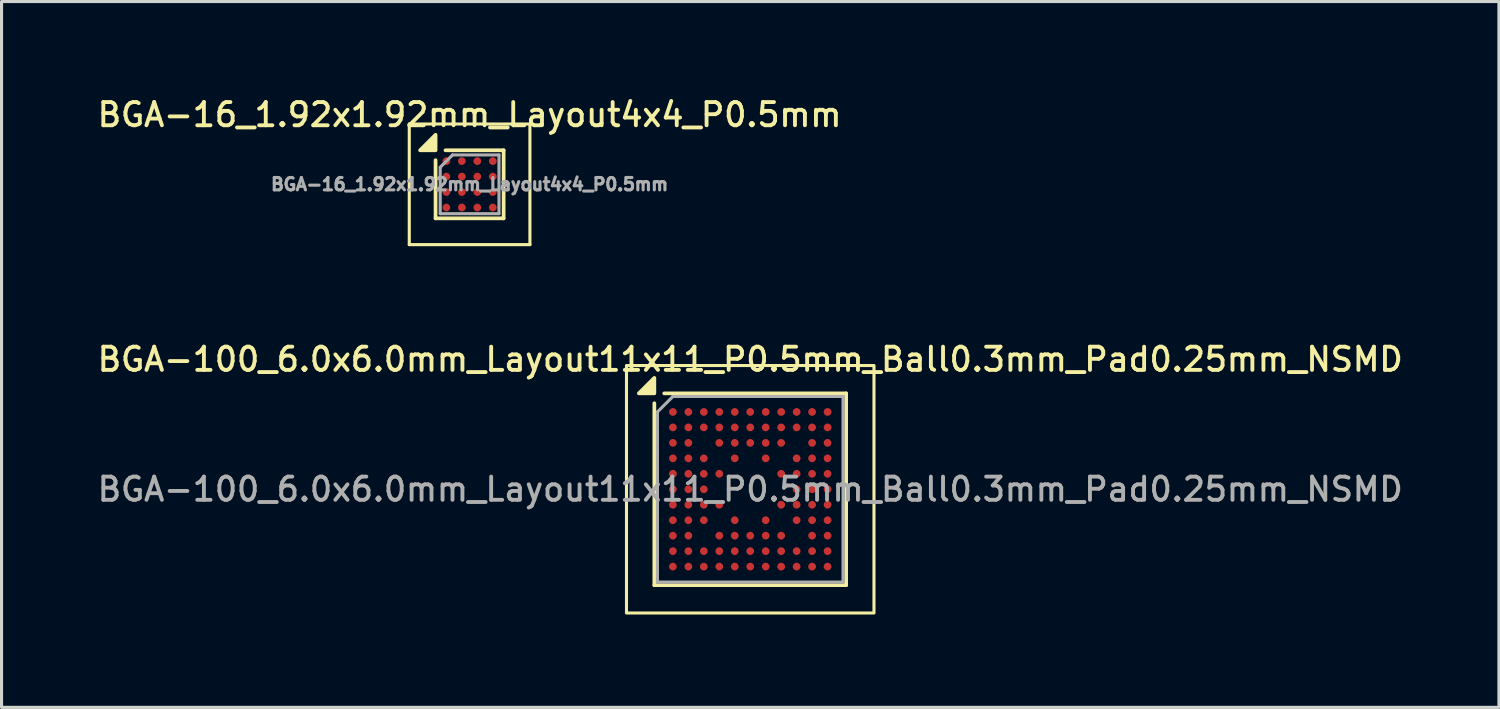
<source format=kicad_pcb>
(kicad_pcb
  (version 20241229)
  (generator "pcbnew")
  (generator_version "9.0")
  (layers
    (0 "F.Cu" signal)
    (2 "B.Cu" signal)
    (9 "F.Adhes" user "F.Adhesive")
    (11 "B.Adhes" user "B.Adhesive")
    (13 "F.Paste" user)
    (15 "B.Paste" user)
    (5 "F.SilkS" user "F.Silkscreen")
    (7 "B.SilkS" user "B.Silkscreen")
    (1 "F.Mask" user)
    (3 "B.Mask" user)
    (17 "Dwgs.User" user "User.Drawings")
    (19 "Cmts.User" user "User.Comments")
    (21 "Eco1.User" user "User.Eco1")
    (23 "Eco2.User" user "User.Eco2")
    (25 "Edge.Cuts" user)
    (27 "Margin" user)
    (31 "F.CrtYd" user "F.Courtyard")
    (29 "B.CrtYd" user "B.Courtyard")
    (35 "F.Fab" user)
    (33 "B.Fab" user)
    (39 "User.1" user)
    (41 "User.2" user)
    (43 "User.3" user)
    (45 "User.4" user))
  (footprint "BGA-16_1.92x1.92mm_Layout4x4_P0.5mm"
    (layer "F.Cu")
    (at 12.13 2.908)
    (property "Reference" "BGA-16_1.92x1.92mm_Layout4x4_P0.5mm" (at 0 -2.25 0) (layer "F.SilkS") (effects (font (size 0.75 0.75) (thickness 0.125))))
    (attr smd)
    (fp_line (start -1.95 -1.95) (end -1.95 1.95) (stroke (width 0.1) (type solid)) (layer "F.SilkS"))
    (fp_line (start -1.95 -1.95) (end 1.95 -1.95) (stroke (width 0.1) (type solid)) (layer "F.SilkS"))
    (fp_line (start -1.1 1.1) (end -1.1 -0.78) (stroke (width 0.12) (type solid)) (layer "F.SilkS"))
    (fp_line (start -0.78 -1.1) (end 1.1 -1.1) (stroke (width 0.12) (type solid)) (layer "F.SilkS"))
    (fp_line (start 1.1 -1.1) (end 1.1 1.1) (stroke (width 0.12) (type solid)) (layer "F.SilkS"))
    (fp_line (start 1.1 1.1) (end -1.1 1.1) (stroke (width 0.12) (type solid)) (layer "F.SilkS"))
    (fp_line (start 1.95 1.95) (end -1.95 1.95) (stroke (width 0.1) (type solid)) (layer "F.SilkS"))
    (fp_line (start 1.95 1.95) (end 1.95 -1.95) (stroke (width 0.1) (type solid)) (layer "F.SilkS"))
    (fp_poly (pts (xy -1.1 -1.1) (xy -1.6 -1.1) (xy -1.1 -1.6) (xy -1.1 -1.1)) (stroke (width 0.12) (type solid)) (fill yes) (layer "F.SilkS"))
    (fp_line (start -0.95 -0.55) (end -0.55 -0.95) (stroke (width 0.1) (type solid)) (layer "F.Fab"))
    (fp_line (start -0.95 0.95) (end -0.95 -0.55) (stroke (width 0.1) (type solid)) (layer "F.Fab"))
    (fp_line (start -0.55 -0.95) (end 0.95 -0.95) (stroke (width 0.1) (type solid)) (layer "F.Fab"))
    (fp_line (start 0.95 -0.95) (end 0.95 0.95) (stroke (width 0.1) (type solid)) (layer "F.Fab"))
    (fp_line (start 0.95 0.95) (end -0.95 0.95) (stroke (width 0.1) (type solid)) (layer "F.Fab"))
    (fp_text user "${REFERENCE}" (at 0 0 0) (layer "F.Fab") (effects (font (size 0.4 0.4) (thickness 0.1))))
    (pad "A1" smd circle (at -0.75 -0.75) (size 0.25 0.25) (property pad_prop_bga) (layers "F.Cu" "F.Mask" "F.Paste"))
    (pad "A2" smd circle (at -0.25 -0.75) (size 0.25 0.25) (property pad_prop_bga) (layers "F.Cu" "F.Mask" "F.Paste"))
    (pad "A3" smd circle (at 0.25 -0.75) (size 0.25 0.25) (property pad_prop_bga) (layers "F.Cu" "F.Mask" "F.Paste"))
    (pad "A4" smd circle (at 0.75 -0.75) (size 0.25 0.25) (property pad_prop_bga) (layers "F.Cu" "F.Mask" "F.Paste"))
    (pad "B1" smd circle (at -0.75 -0.25) (size 0.25 0.25) (property pad_prop_bga) (layers "F.Cu" "F.Mask" "F.Paste"))
    (pad "B2" smd circle (at -0.25 -0.25) (size 0.25 0.25) (property pad_prop_bga) (layers "F.Cu" "F.Mask" "F.Paste"))
    (pad "B3" smd circle (at 0.25 -0.25) (size 0.25 0.25) (property pad_prop_bga) (layers "F.Cu" "F.Mask" "F.Paste"))
    (pad "B4" smd circle (at 0.75 -0.25) (size 0.25 0.25) (property pad_prop_bga) (layers "F.Cu" "F.Mask" "F.Paste"))
    (pad "C1" smd circle (at -0.75 0.25) (size 0.25 0.25) (property pad_prop_bga) (layers "F.Cu" "F.Mask" "F.Paste"))
    (pad "C2" smd circle (at -0.25 0.25) (size 0.25 0.25) (property pad_prop_bga) (layers "F.Cu" "F.Mask" "F.Paste"))
    (pad "C3" smd circle (at 0.25 0.25) (size 0.25 0.25) (property pad_prop_bga) (layers "F.Cu" "F.Mask" "F.Paste"))
    (pad "C4" smd circle (at 0.75 0.25) (size 0.25 0.25) (property pad_prop_bga) (layers "F.Cu" "F.Mask" "F.Paste"))
    (pad "D1" smd circle (at -0.75 0.75) (size 0.25 0.25) (property pad_prop_bga) (layers "F.Cu" "F.Mask" "F.Paste"))
    (pad "D2" smd circle (at -0.25 0.75) (size 0.25 0.25) (property pad_prop_bga) (layers "F.Cu" "F.Mask" "F.Paste"))
    (pad "D3" smd circle (at 0.25 0.75) (size 0.25 0.25) (property pad_prop_bga) (layers "F.Cu" "F.Mask" "F.Paste"))
    (pad "D4" smd circle (at 0.75 0.75) (size 0.25 0.25) (property pad_prop_bga) (layers "F.Cu" "F.Mask" "F.Paste")))
  (footprint "BGA-100_6.0x6.0mm_Layout11x11_P0.5mm_Ball0.3mm_Pad0.25mm_NSMD"
    (layer "F.Cu")
    (at 21.202 12.766)
    (property "Reference" "BGA-100_6.0x6.0mm_Layout11x11_P0.5mm_Ball0.3mm_Pad0.25mm_NSMD" (at 0 -4.2 0) (layer "F.SilkS") (effects (font (size 0.75 0.75) (thickness 0.125))))
    (attr smd)
    (fp_line (start -3.1 -2.78) (end -3.1 3.1) (stroke (width 0.12) (type solid)) (layer "F.SilkS"))
    (fp_line (start -3.1 3.1) (end 3.1 3.1) (stroke (width 0.12) (type solid)) (layer "F.SilkS"))
    (fp_line (start 3.1 -3.1) (end -2.78 -3.1) (stroke (width 0.12) (type solid)) (layer "F.SilkS"))
    (fp_line (start 3.1 3.1) (end 3.1 -3.1) (stroke (width 0.12) (type solid)) (layer "F.SilkS"))
    (fp_rect (start 4 4) (end -4 -4) (stroke (width 0.1) (type solid)) (fill no) (layer "F.SilkS"))
    (fp_poly (pts (xy -3.1 -3.1) (xy -3.6 -3.1) (xy -3.1 -3.6) (xy -3.1 -3.1)) (stroke (width 0.12) (type solid)) (fill yes) (layer "F.SilkS"))
    (fp_line (start -3 -2.5) (end -3 3) (stroke (width 0.1) (type solid)) (layer "F.Fab"))
    (fp_line (start -3 3) (end 3 3) (stroke (width 0.1) (type solid)) (layer "F.Fab"))
    (fp_line (start -2.5 -3) (end -3 -2.5) (stroke (width 0.1) (type solid)) (layer "F.Fab"))
    (fp_line (start 3 -3) (end -2.5 -3) (stroke (width 0.1) (type solid)) (layer "F.Fab"))
    (fp_line (start 3 3) (end 3 -3) (stroke (width 0.1) (type solid)) (layer "F.Fab"))
    (fp_text user "${REFERENCE}" (at 0 0 0) (layer "F.Fab") (effects (font (size 0.75 0.75) (thickness 0.125))))
    (pad "A1" smd circle (at -2.5 -2.5) (size 0.25 0.25) (property pad_prop_bga) (layers "F.Cu" "F.Mask" "F.Paste"))
    (pad "A2" smd circle (at -2 -2.5) (size 0.25 0.25) (property pad_prop_bga) (layers "F.Cu" "F.Mask" "F.Paste"))
    (pad "A3" smd circle (at -1.5 -2.5) (size 0.25 0.25) (property pad_prop_bga) (layers "F.Cu" "F.Mask" "F.Paste"))
    (pad "A4" smd circle (at -1 -2.5) (size 0.25 0.25) (property pad_prop_bga) (layers "F.Cu" "F.Mask" "F.Paste"))
    (pad "A5" smd circle (at -0.5 -2.5) (size 0.25 0.25) (property pad_prop_bga) (layers "F.Cu" "F.Mask" "F.Paste"))
    (pad "A6" smd circle (at 0 -2.5) (size 0.25 0.25) (property pad_prop_bga) (layers "F.Cu" "F.Mask" "F.Paste"))
    (pad "A7" smd circle (at 0.5 -2.5) (size 0.25 0.25) (property pad_prop_bga) (layers "F.Cu" "F.Mask" "F.Paste"))
    (pad "A8" smd circle (at 1 -2.5) (size 0.25 0.25) (property pad_prop_bga) (layers "F.Cu" "F.Mask" "F.Paste"))
    (pad "A9" smd circle (at 1.5 -2.5) (size 0.25 0.25) (property pad_prop_bga) (layers "F.Cu" "F.Mask" "F.Paste"))
    (pad "A10" smd circle (at 2 -2.5) (size 0.25 0.25) (property pad_prop_bga) (layers "F.Cu" "F.Mask" "F.Paste"))
    (pad "A11" smd circle (at 2.5 -2.5) (size 0.25 0.25) (property pad_prop_bga) (layers "F.Cu" "F.Mask" "F.Paste"))
    (pad "B1" smd circle (at -2.5 -2) (size 0.25 0.25) (property pad_prop_bga) (layers "F.Cu" "F.Mask" "F.Paste"))
    (pad "B2" smd circle (at -2 -2) (size 0.25 0.25) (property pad_prop_bga) (layers "F.Cu" "F.Mask" "F.Paste"))
    (pad "B3" smd circle (at -1.5 -2) (size 0.25 0.25) (property pad_prop_bga) (layers "F.Cu" "F.Mask" "F.Paste"))
    (pad "B4" smd circle (at -1 -2) (size 0.25 0.25) (property pad_prop_bga) (layers "F.Cu" "F.Mask" "F.Paste"))
    (pad "B5" smd circle (at -0.5 -2) (size 0.25 0.25) (property pad_prop_bga) (layers "F.Cu" "F.Mask" "F.Paste"))
    (pad "B6" smd circle (at 0 -2) (size 0.25 0.25) (property pad_prop_bga) (layers "F.Cu" "F.Mask" "F.Paste"))
    (pad "B7" smd circle (at 0.5 -2) (size 0.25 0.25) (property pad_prop_bga) (layers "F.Cu" "F.Mask" "F.Paste"))
    (pad "B8" smd circle (at 1 -2) (size 0.25 0.25) (property pad_prop_bga) (layers "F.Cu" "F.Mask" "F.Paste"))
    (pad "B9" smd circle (at 1.5 -2) (size 0.25 0.25) (property pad_prop_bga) (layers "F.Cu" "F.Mask" "F.Paste"))
    (pad "B10" smd circle (at 2 -2) (size 0.25 0.25) (property pad_prop_bga) (layers "F.Cu" "F.Mask" "F.Paste"))
    (pad "B11" smd circle (at 2.5 -2) (size 0.25 0.25) (property pad_prop_bga) (layers "F.Cu" "F.Mask" "F.Paste"))
    (pad "C1" smd circle (at -2.5 -1.5) (size 0.25 0.25) (property pad_prop_bga) (layers "F.Cu" "F.Mask" "F.Paste"))
    (pad "C2" smd circle (at -2 -1.5) (size 0.25 0.25) (property pad_prop_bga) (layers "F.Cu" "F.Mask" "F.Paste"))
    (pad "C4" smd circle (at -1 -1.5) (size 0.25 0.25) (property pad_prop_bga) (layers "F.Cu" "F.Mask" "F.Paste"))
    (pad "C5" smd circle (at -0.5 -1.5) (size 0.25 0.25) (property pad_prop_bga) (layers "F.Cu" "F.Mask" "F.Paste"))
    (pad "C6" smd circle (at 0 -1.5) (size 0.25 0.25) (property pad_prop_bga) (layers "F.Cu" "F.Mask" "F.Paste"))
    (pad "C7" smd circle (at 0.5 -1.5) (size 0.25 0.25) (property pad_prop_bga) (layers "F.Cu" "F.Mask" "F.Paste"))
    (pad "C8" smd circle (at 1 -1.5) (size 0.25 0.25) (property pad_prop_bga) (layers "F.Cu" "F.Mask" "F.Paste"))
    (pad "C10" smd circle (at 2 -1.5) (size 0.25 0.25) (property pad_prop_bga) (layers "F.Cu" "F.Mask" "F.Paste"))
    (pad "C11" smd circle (at 2.5 -1.5) (size 0.25 0.25) (property pad_prop_bga) (layers "F.Cu" "F.Mask" "F.Paste"))
    (pad "D1" smd circle (at -2.5 -1) (size 0.25 0.25) (property pad_prop_bga) (layers "F.Cu" "F.Mask" "F.Paste"))
    (pad "D2" smd circle (at -2 -1) (size 0.25 0.25) (property pad_prop_bga) (layers "F.Cu" "F.Mask" "F.Paste"))
    (pad "D3" smd circle (at -1.5 -1) (size 0.25 0.25) (property pad_prop_bga) (layers "F.Cu" "F.Mask" "F.Paste"))
    (pad "D5" smd circle (at -0.5 -1) (size 0.25 0.25) (property pad_prop_bga) (layers "F.Cu" "F.Mask" "F.Paste"))
    (pad "D7" smd circle (at 0.5 -1) (size 0.25 0.25) (property pad_prop_bga) (layers "F.Cu" "F.Mask" "F.Paste"))
    (pad "D9" smd circle (at 1.5 -1) (size 0.25 0.25) (property pad_prop_bga) (layers "F.Cu" "F.Mask" "F.Paste"))
    (pad "D10" smd circle (at 2 -1) (size 0.25 0.25) (property pad_prop_bga) (layers "F.Cu" "F.Mask" "F.Paste"))
    (pad "D11" smd circle (at 2.5 -1) (size 0.25 0.25) (property pad_prop_bga) (layers "F.Cu" "F.Mask" "F.Paste"))
    (pad "E1" smd circle (at -2.5 -0.5) (size 0.25 0.25) (property pad_prop_bga) (layers "F.Cu" "F.Mask" "F.Paste"))
    (pad "E2" smd circle (at -2 -0.5) (size 0.25 0.25) (property pad_prop_bga) (layers "F.Cu" "F.Mask" "F.Paste"))
    (pad "E3" smd circle (at -1.5 -0.5) (size 0.25 0.25) (property pad_prop_bga) (layers "F.Cu" "F.Mask" "F.Paste"))
    (pad "E4" smd circle (at -1 -0.5) (size 0.25 0.25) (property pad_prop_bga) (layers "F.Cu" "F.Mask" "F.Paste"))
    (pad "E8" smd circle (at 1 -0.5) (size 0.25 0.25) (property pad_prop_bga) (layers "F.Cu" "F.Mask" "F.Paste"))
    (pad "E9" smd circle (at 1.5 -0.5) (size 0.25 0.25) (property pad_prop_bga) (layers "F.Cu" "F.Mask" "F.Paste"))
    (pad "E10" smd circle (at 2 -0.5) (size 0.25 0.25) (property pad_prop_bga) (layers "F.Cu" "F.Mask" "F.Paste"))
    (pad "E11" smd circle (at 2.5 -0.5) (size 0.25 0.25) (property pad_prop_bga) (layers "F.Cu" "F.Mask" "F.Paste"))
    (pad "F1" smd circle (at -2.5 0) (size 0.25 0.25) (property pad_prop_bga) (layers "F.Cu" "F.Mask" "F.Paste"))
    (pad "F2" smd circle (at -2 0) (size 0.25 0.25) (property pad_prop_bga) (layers "F.Cu" "F.Mask" "F.Paste"))
    (pad "F3" smd circle (at -1.5 0) (size 0.25 0.25) (property pad_prop_bga) (layers "F.Cu" "F.Mask" "F.Paste"))
    (pad "F9" smd circle (at 1.5 0) (size 0.25 0.25) (property pad_prop_bga) (layers "F.Cu" "F.Mask" "F.Paste"))
    (pad "F10" smd circle (at 2 0) (size 0.25 0.25) (property pad_prop_bga) (layers "F.Cu" "F.Mask" "F.Paste"))
    (pad "F11" smd circle (at 2.5 0) (size 0.25 0.25) (property pad_prop_bga) (layers "F.Cu" "F.Mask" "F.Paste"))
    (pad "G1" smd circle (at -2.5 0.5) (size 0.25 0.25) (property pad_prop_bga) (layers "F.Cu" "F.Mask" "F.Paste"))
    (pad "G2" smd circle (at -2 0.5) (size 0.25 0.25) (property pad_prop_bga) (layers "F.Cu" "F.Mask" "F.Paste"))
    (pad "G3" smd circle (at -1.5 0.5) (size 0.25 0.25) (property pad_prop_bga) (layers "F.Cu" "F.Mask" "F.Paste"))
    (pad "G4" smd circle (at -1 0.5) (size 0.25 0.25) (property pad_prop_bga) (layers "F.Cu" "F.Mask" "F.Paste"))
    (pad "G8" smd circle (at 1 0.5) (size 0.25 0.25) (property pad_prop_bga) (layers "F.Cu" "F.Mask" "F.Paste"))
    (pad "G9" smd circle (at 1.5 0.5) (size 0.25 0.25) (property pad_prop_bga) (layers "F.Cu" "F.Mask" "F.Paste"))
    (pad "G10" smd circle (at 2 0.5) (size 0.25 0.25) (property pad_prop_bga) (layers "F.Cu" "F.Mask" "F.Paste"))
    (pad "G11" smd circle (at 2.5 0.5) (size 0.25 0.25) (property pad_prop_bga) (layers "F.Cu" "F.Mask" "F.Paste"))
    (pad "H1" smd circle (at -2.5 1) (size 0.25 0.25) (property pad_prop_bga) (layers "F.Cu" "F.Mask" "F.Paste"))
    (pad "H2" smd circle (at -2 1) (size 0.25 0.25) (property pad_prop_bga) (layers "F.Cu" "F.Mask" "F.Paste"))
    (pad "H3" smd circle (at -1.5 1) (size 0.25 0.25) (property pad_prop_bga) (layers "F.Cu" "F.Mask" "F.Paste"))
    (pad "H5" smd circle (at -0.5 1) (size 0.25 0.25) (property pad_prop_bga) (layers "F.Cu" "F.Mask" "F.Paste"))
    (pad "H7" smd circle (at 0.5 1) (size 0.25 0.25) (property pad_prop_bga) (layers "F.Cu" "F.Mask" "F.Paste"))
    (pad "H9" smd circle (at 1.5 1) (size 0.25 0.25) (property pad_prop_bga) (layers "F.Cu" "F.Mask" "F.Paste"))
    (pad "H10" smd circle (at 2 1) (size 0.25 0.25) (property pad_prop_bga) (layers "F.Cu" "F.Mask" "F.Paste"))
    (pad "H11" smd circle (at 2.5 1) (size 0.25 0.25) (property pad_prop_bga) (layers "F.Cu" "F.Mask" "F.Paste"))
    (pad "J1" smd circle (at -2.5 1.5) (size 0.25 0.25) (property pad_prop_bga) (layers "F.Cu" "F.Mask" "F.Paste"))
    (pad "J2" smd circle (at -2 1.5) (size 0.25 0.25) (property pad_prop_bga) (layers "F.Cu" "F.Mask" "F.Paste"))
    (pad "J4" smd circle (at -1 1.5) (size 0.25 0.25) (property pad_prop_bga) (layers "F.Cu" "F.Mask" "F.Paste"))
    (pad "J5" smd circle (at -0.5 1.5) (size 0.25 0.25) (property pad_prop_bga) (layers "F.Cu" "F.Mask" "F.Paste"))
    (pad "J6" smd circle (at 0 1.5) (size 0.25 0.25) (property pad_prop_bga) (layers "F.Cu" "F.Mask" "F.Paste"))
    (pad "J7" smd circle (at 0.5 1.5) (size 0.25 0.25) (property pad_prop_bga) (layers "F.Cu" "F.Mask" "F.Paste"))
    (pad "J8" smd circle (at 1 1.5) (size 0.25 0.25) (property pad_prop_bga) (layers "F.Cu" "F.Mask" "F.Paste"))
    (pad "J10" smd circle (at 2 1.5) (size 0.25 0.25) (property pad_prop_bga) (layers "F.Cu" "F.Mask" "F.Paste"))
    (pad "J11" smd circle (at 2.5 1.5) (size 0.25 0.25) (property pad_prop_bga) (layers "F.Cu" "F.Mask" "F.Paste"))
    (pad "K1" smd circle (at -2.5 2) (size 0.25 0.25) (property pad_prop_bga) (layers "F.Cu" "F.Mask" "F.Paste"))
    (pad "K2" smd circle (at -2 2) (size 0.25 0.25) (property pad_prop_bga) (layers "F.Cu" "F.Mask" "F.Paste"))
    (pad "K3" smd circle (at -1.5 2) (size 0.25 0.25) (property pad_prop_bga) (layers "F.Cu" "F.Mask" "F.Paste"))
    (pad "K4" smd circle (at -1 2) (size 0.25 0.25) (property pad_prop_bga) (layers "F.Cu" "F.Mask" "F.Paste"))
    (pad "K5" smd circle (at -0.5 2) (size 0.25 0.25) (property pad_prop_bga) (layers "F.Cu" "F.Mask" "F.Paste"))
    (pad "K6" smd circle (at 0 2) (size 0.25 0.25) (property pad_prop_bga) (layers "F.Cu" "F.Mask" "F.Paste"))
    (pad "K7" smd circle (at 0.5 2) (size 0.25 0.25) (property pad_prop_bga) (layers "F.Cu" "F.Mask" "F.Paste"))
    (pad "K8" smd circle (at 1 2) (size 0.25 0.25) (property pad_prop_bga) (layers "F.Cu" "F.Mask" "F.Paste"))
    (pad "K9" smd circle (at 1.5 2) (size 0.25 0.25) (property pad_prop_bga) (layers "F.Cu" "F.Mask" "F.Paste"))
    (pad "K10" smd circle (at 2 2) (size 0.25 0.25) (property pad_prop_bga) (layers "F.Cu" "F.Mask" "F.Paste"))
    (pad "K11" smd circle (at 2.5 2) (size 0.25 0.25) (property pad_prop_bga) (layers "F.Cu" "F.Mask" "F.Paste"))
    (pad "L1" smd circle (at -2.5 2.5) (size 0.25 0.25) (property pad_prop_bga) (layers "F.Cu" "F.Mask" "F.Paste"))
    (pad "L2" smd circle (at -2 2.5) (size 0.25 0.25) (property pad_prop_bga) (layers "F.Cu" "F.Mask" "F.Paste"))
    (pad "L3" smd circle (at -1.5 2.5) (size 0.25 0.25) (property pad_prop_bga) (layers "F.Cu" "F.Mask" "F.Paste"))
    (pad "L4" smd circle (at -1 2.5) (size 0.25 0.25) (property pad_prop_bga) (layers "F.Cu" "F.Mask" "F.Paste"))
    (pad "L5" smd circle (at -0.5 2.5) (size 0.25 0.25) (property pad_prop_bga) (layers "F.Cu" "F.Mask" "F.Paste"))
    (pad "L6" smd circle (at 0 2.5) (size 0.25 0.25) (property pad_prop_bga) (layers "F.Cu" "F.Mask" "F.Paste"))
    (pad "L7" smd circle (at 0.5 2.5) (size 0.25 0.25) (property pad_prop_bga) (layers "F.Cu" "F.Mask" "F.Paste"))
    (pad "L8" smd circle (at 1 2.5) (size 0.25 0.25) (property pad_prop_bga) (layers "F.Cu" "F.Mask" "F.Paste"))
    (pad "L9" smd circle (at 1.5 2.5) (size 0.25 0.25) (property pad_prop_bga) (layers "F.Cu" "F.Mask" "F.Paste"))
    (pad "L10" smd circle (at 2 2.5) (size 0.25 0.25) (property pad_prop_bga) (layers "F.Cu" "F.Mask" "F.Paste"))
    (pad "L11" smd circle (at 2.5 2.5) (size 0.25 0.25) (property pad_prop_bga) (layers "F.Cu" "F.Mask" "F.Paste")))
  (gr_rect
    (start -3 -3)
    (end 45.404 19.816)
    (stroke (width 0.1) (type default))
    (fill no)
    (layer "Edge.Cuts")))
</source>
